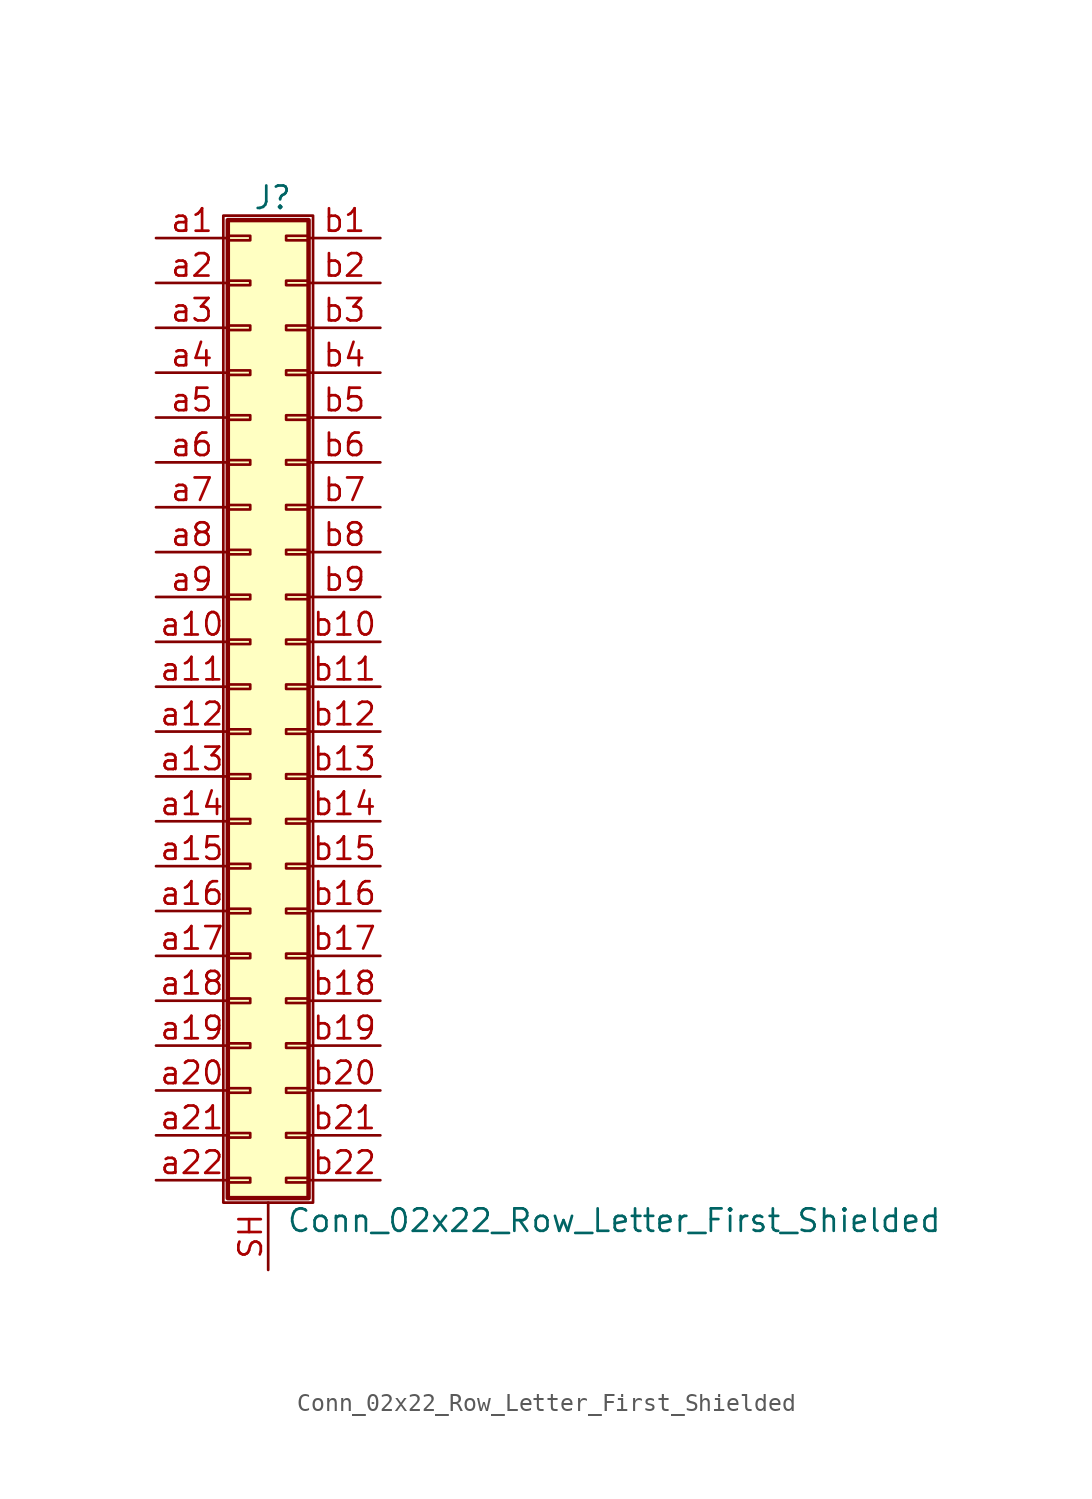
<source format=kicad_sym>
(kicad_symbol_lib
  (version 20201005)
  (generator kicad_symbol_editor)
  (symbol "Conn_02x22_Row_Letter_First_Shielded"
    (pin_names
      (offset 1.016) hide)
    (property "Reference" "J"
      (at 1.524 27.686 0)
      (effects (font (size 1.27 1.27))))
    (property "Value" "Conn_02x22_Row_Letter_First_Shielded"
      (at 2.286 -30.226 0)
      (effects (font (size 1.27 1.27)) (justify left)))
    (symbol "Conn_02x22_Row_Letter_First_Shielded_1_1"
      (rectangle (start -1.27 26.67) (end 3.81 -29.21) (stroke (width 0.152)) (fill (type none)))
      (rectangle (start -1.016 -27.813) (end 0.254 -28.067) (stroke (width 0.152)) (fill (type none)))
      (rectangle (start -1.016 -25.273) (end 0.254 -25.527) (stroke (width 0.152)) (fill (type none)))
      (rectangle (start -1.016 -22.733) (end 0.254 -22.987) (stroke (width 0.152)) (fill (type none)))
      (rectangle (start -1.016 -20.193) (end 0.254 -20.447) (stroke (width 0.152)) (fill (type none)))
      (rectangle (start -1.016 -17.653) (end 0.254 -17.907) (stroke (width 0.152)) (fill (type none)))
      (rectangle (start -1.016 -15.113) (end 0.254 -15.367) (stroke (width 0.152)) (fill (type none)))
      (rectangle (start -1.016 -12.573) (end 0.254 -12.827) (stroke (width 0.152)) (fill (type none)))
      (rectangle (start -1.016 -10.033) (end 0.254 -10.287) (stroke (width 0.152)) (fill (type none)))
      (rectangle (start -1.016 -7.493) (end 0.254 -7.747) (stroke (width 0.152)) (fill (type none)))
      (rectangle (start -1.016 -4.953) (end 0.254 -5.207) (stroke (width 0.152)) (fill (type none)))
      (rectangle (start -1.016 -2.413) (end 0.254 -2.667) (stroke (width 0.152)) (fill (type none)))
      (rectangle (start -1.016 0.127) (end 0.254 -0.127) (stroke (width 0.152)) (fill (type none)))
      (rectangle (start -1.016 2.667) (end 0.254 2.413) (stroke (width 0.152)) (fill (type none)))
      (rectangle (start -1.016 5.207) (end 0.254 4.953) (stroke (width 0.152)) (fill (type none)))
      (rectangle (start -1.016 7.747) (end 0.254 7.493) (stroke (width 0.152)) (fill (type none)))
      (rectangle (start -1.016 10.287) (end 0.254 10.033) (stroke (width 0.152)) (fill (type none)))
      (rectangle (start -1.016 12.827) (end 0.254 12.573) (stroke (width 0.152)) (fill (type none)))
      (rectangle (start -1.016 15.367) (end 0.254 15.113) (stroke (width 0.152)) (fill (type none)))
      (rectangle (start -1.016 17.907) (end 0.254 17.653) (stroke (width 0.152)) (fill (type none)))
      (rectangle (start -1.016 20.447) (end 0.254 20.193) (stroke (width 0.152)) (fill (type none)))
      (rectangle (start -1.016 22.987) (end 0.254 22.733) (stroke (width 0.152)) (fill (type none)))
      (rectangle (start -1.016 25.527) (end 0.254 25.273) (stroke (width 0.152)) (fill (type none)))
      (rectangle (start -1.016 26.416) (end 3.556 -28.956) (stroke (width 0.254)) (fill (type background)))
      (rectangle (start 3.556 -27.813) (end 2.286 -28.067) (stroke (width 0.152)) (fill (type none)))
      (rectangle (start 3.556 -25.273) (end 2.286 -25.527) (stroke (width 0.152)) (fill (type none)))
      (rectangle (start 3.556 -22.733) (end 2.286 -22.987) (stroke (width 0.152)) (fill (type none)))
      (rectangle (start 3.556 -20.193) (end 2.286 -20.447) (stroke (width 0.152)) (fill (type none)))
      (rectangle (start 3.556 -17.653) (end 2.286 -17.907) (stroke (width 0.152)) (fill (type none)))
      (rectangle (start 3.556 -15.113) (end 2.286 -15.367) (stroke (width 0.152)) (fill (type none)))
      (rectangle (start 3.556 -12.573) (end 2.286 -12.827) (stroke (width 0.152)) (fill (type none)))
      (rectangle (start 3.556 -10.033) (end 2.286 -10.287) (stroke (width 0.152)) (fill (type none)))
      (rectangle (start 3.556 -7.493) (end 2.286 -7.747) (stroke (width 0.152)) (fill (type none)))
      (rectangle (start 3.556 -4.953) (end 2.286 -5.207) (stroke (width 0.152)) (fill (type none)))
      (rectangle (start 3.556 -2.413) (end 2.286 -2.667) (stroke (width 0.152)) (fill (type none)))
      (rectangle (start 3.556 0.127) (end 2.286 -0.127) (stroke (width 0.152)) (fill (type none)))
      (rectangle (start 3.556 2.667) (end 2.286 2.413) (stroke (width 0.152)) (fill (type none)))
      (rectangle (start 3.556 5.207) (end 2.286 4.953) (stroke (width 0.152)) (fill (type none)))
      (rectangle (start 3.556 7.747) (end 2.286 7.493) (stroke (width 0.152)) (fill (type none)))
      (rectangle (start 3.556 10.287) (end 2.286 10.033) (stroke (width 0.152)) (fill (type none)))
      (rectangle (start 3.556 12.827) (end 2.286 12.573) (stroke (width 0.152)) (fill (type none)))
      (rectangle (start 3.556 15.367) (end 2.286 15.113) (stroke (width 0.152)) (fill (type none)))
      (rectangle (start 3.556 17.907) (end 2.286 17.653) (stroke (width 0.152)) (fill (type none)))
      (rectangle (start 3.556 20.447) (end 2.286 20.193) (stroke (width 0.152)) (fill (type none)))
      (rectangle (start 3.556 22.987) (end 2.286 22.733) (stroke (width 0.152)) (fill (type none)))
      (rectangle (start 3.556 25.527) (end 2.286 25.273) (stroke (width 0.152)) (fill (type none)))
      (pin passive line (at 1.27 -33.02 90) (length 3.81) (name "Shield" (effects (font (size 1.27 1.27)))) (number "SH" (effects (font (size 1.27 1.27)))))
      (pin passive line (at -5.08 25.4 0) (length 4.064) (name "Pin_a1" (effects (font (size 1.27 1.27)))) (number "a1" (effects (font (size 1.27 1.27)))))
      (pin passive line (at -5.08 2.54 0) (length 4.064) (name "Pin_a10" (effects (font (size 1.27 1.27)))) (number "a10" (effects (font (size 1.27 1.27)))))
      (pin passive line (at -5.08 0 0) (length 4.064) (name "Pin_a11" (effects (font (size 1.27 1.27)))) (number "a11" (effects (font (size 1.27 1.27)))))
      (pin passive line (at -5.08 -2.54 0) (length 4.064) (name "Pin_a12" (effects (font (size 1.27 1.27)))) (number "a12" (effects (font (size 1.27 1.27)))))
      (pin passive line (at -5.08 -5.08 0) (length 4.064) (name "Pin_a13" (effects (font (size 1.27 1.27)))) (number "a13" (effects (font (size 1.27 1.27)))))
      (pin passive line (at -5.08 -7.62 0) (length 4.064) (name "Pin_a14" (effects (font (size 1.27 1.27)))) (number "a14" (effects (font (size 1.27 1.27)))))
      (pin passive line (at -5.08 -10.16 0) (length 4.064) (name "Pin_a15" (effects (font (size 1.27 1.27)))) (number "a15" (effects (font (size 1.27 1.27)))))
      (pin passive line (at -5.08 -12.7 0) (length 4.064) (name "Pin_a16" (effects (font (size 1.27 1.27)))) (number "a16" (effects (font (size 1.27 1.27)))))
      (pin passive line (at -5.08 -15.24 0) (length 4.064) (name "Pin_a17" (effects (font (size 1.27 1.27)))) (number "a17" (effects (font (size 1.27 1.27)))))
      (pin passive line (at -5.08 -17.78 0) (length 4.064) (name "Pin_a18" (effects (font (size 1.27 1.27)))) (number "a18" (effects (font (size 1.27 1.27)))))
      (pin passive line (at -5.08 -20.32 0) (length 4.064) (name "Pin_a19" (effects (font (size 1.27 1.27)))) (number "a19" (effects (font (size 1.27 1.27)))))
      (pin passive line (at -5.08 22.86 0) (length 4.064) (name "Pin_a2" (effects (font (size 1.27 1.27)))) (number "a2" (effects (font (size 1.27 1.27)))))
      (pin passive line (at -5.08 -22.86 0) (length 4.064) (name "Pin_a20" (effects (font (size 1.27 1.27)))) (number "a20" (effects (font (size 1.27 1.27)))))
      (pin passive line (at -5.08 -25.4 0) (length 4.064) (name "Pin_a21" (effects (font (size 1.27 1.27)))) (number "a21" (effects (font (size 1.27 1.27)))))
      (pin passive line (at -5.08 -27.94 0) (length 4.064) (name "Pin_a22" (effects (font (size 1.27 1.27)))) (number "a22" (effects (font (size 1.27 1.27)))))
      (pin passive line (at -5.08 20.32 0) (length 4.064) (name "Pin_a3" (effects (font (size 1.27 1.27)))) (number "a3" (effects (font (size 1.27 1.27)))))
      (pin passive line (at -5.08 17.78 0) (length 4.064) (name "Pin_a4" (effects (font (size 1.27 1.27)))) (number "a4" (effects (font (size 1.27 1.27)))))
      (pin passive line (at -5.08 15.24 0) (length 4.064) (name "Pin_a5" (effects (font (size 1.27 1.27)))) (number "a5" (effects (font (size 1.27 1.27)))))
      (pin passive line (at -5.08 12.7 0) (length 4.064) (name "Pin_a6" (effects (font (size 1.27 1.27)))) (number "a6" (effects (font (size 1.27 1.27)))))
      (pin passive line (at -5.08 10.16 0) (length 4.064) (name "Pin_a7" (effects (font (size 1.27 1.27)))) (number "a7" (effects (font (size 1.27 1.27)))))
      (pin passive line (at -5.08 7.62 0) (length 4.064) (name "Pin_a8" (effects (font (size 1.27 1.27)))) (number "a8" (effects (font (size 1.27 1.27)))))
      (pin passive line (at -5.08 5.08 0) (length 4.064) (name "Pin_a9" (effects (font (size 1.27 1.27)))) (number "a9" (effects (font (size 1.27 1.27)))))
      (pin passive line (at 7.62 25.4 180) (length 4.064) (name "Pin_b1" (effects (font (size 1.27 1.27)))) (number "b1" (effects (font (size 1.27 1.27)))))
      (pin passive line (at 7.62 2.54 180) (length 4.064) (name "Pin_b10" (effects (font (size 1.27 1.27)))) (number "b10" (effects (font (size 1.27 1.27)))))
      (pin passive line (at 7.62 0 180) (length 4.064) (name "Pin_b11" (effects (font (size 1.27 1.27)))) (number "b11" (effects (font (size 1.27 1.27)))))
      (pin passive line (at 7.62 -2.54 180) (length 4.064) (name "Pin_b12" (effects (font (size 1.27 1.27)))) (number "b12" (effects (font (size 1.27 1.27)))))
      (pin passive line (at 7.62 -5.08 180) (length 4.064) (name "Pin_b13" (effects (font (size 1.27 1.27)))) (number "b13" (effects (font (size 1.27 1.27)))))
      (pin passive line (at 7.62 -7.62 180) (length 4.064) (name "Pin_b14" (effects (font (size 1.27 1.27)))) (number "b14" (effects (font (size 1.27 1.27)))))
      (pin passive line (at 7.62 -10.16 180) (length 4.064) (name "Pin_b15" (effects (font (size 1.27 1.27)))) (number "b15" (effects (font (size 1.27 1.27)))))
      (pin passive line (at 7.62 -12.7 180) (length 4.064) (name "Pin_b16" (effects (font (size 1.27 1.27)))) (number "b16" (effects (font (size 1.27 1.27)))))
      (pin passive line (at 7.62 -15.24 180) (length 4.064) (name "Pin_b17" (effects (font (size 1.27 1.27)))) (number "b17" (effects (font (size 1.27 1.27)))))
      (pin passive line (at 7.62 -17.78 180) (length 4.064) (name "Pin_b18" (effects (font (size 1.27 1.27)))) (number "b18" (effects (font (size 1.27 1.27)))))
      (pin passive line (at 7.62 -20.32 180) (length 4.064) (name "Pin_b19" (effects (font (size 1.27 1.27)))) (number "b19" (effects (font (size 1.27 1.27)))))
      (pin passive line (at 7.62 22.86 180) (length 4.064) (name "Pin_b2" (effects (font (size 1.27 1.27)))) (number "b2" (effects (font (size 1.27 1.27)))))
      (pin passive line (at 7.62 -22.86 180) (length 4.064) (name "Pin_b20" (effects (font (size 1.27 1.27)))) (number "b20" (effects (font (size 1.27 1.27)))))
      (pin passive line (at 7.62 -25.4 180) (length 4.064) (name "Pin_b21" (effects (font (size 1.27 1.27)))) (number "b21" (effects (font (size 1.27 1.27)))))
      (pin passive line (at 7.62 -27.94 180) (length 4.064) (name "Pin_b22" (effects (font (size 1.27 1.27)))) (number "b22" (effects (font (size 1.27 1.27)))))
      (pin passive line (at 7.62 20.32 180) (length 4.064) (name "Pin_b3" (effects (font (size 1.27 1.27)))) (number "b3" (effects (font (size 1.27 1.27)))))
      (pin passive line (at 7.62 17.78 180) (length 4.064) (name "Pin_b4" (effects (font (size 1.27 1.27)))) (number "b4" (effects (font (size 1.27 1.27)))))
      (pin passive line (at 7.62 15.24 180) (length 4.064) (name "Pin_b5" (effects (font (size 1.27 1.27)))) (number "b5" (effects (font (size 1.27 1.27)))))
      (pin passive line (at 7.62 12.7 180) (length 4.064) (name "Pin_b6" (effects (font (size 1.27 1.27)))) (number "b6" (effects (font (size 1.27 1.27)))))
      (pin passive line (at 7.62 10.16 180) (length 4.064) (name "Pin_b7" (effects (font (size 1.27 1.27)))) (number "b7" (effects (font (size 1.27 1.27)))))
      (pin passive line (at 7.62 7.62 180) (length 4.064) (name "Pin_b8" (effects (font (size 1.27 1.27)))) (number "b8" (effects (font (size 1.27 1.27)))))
      (pin passive line (at 7.62 5.08 180) (length 4.064) (name "Pin_b9" (effects (font (size 1.27 1.27)))) (number "b9" (effects (font (size 1.27 1.27))))))))
</source>
